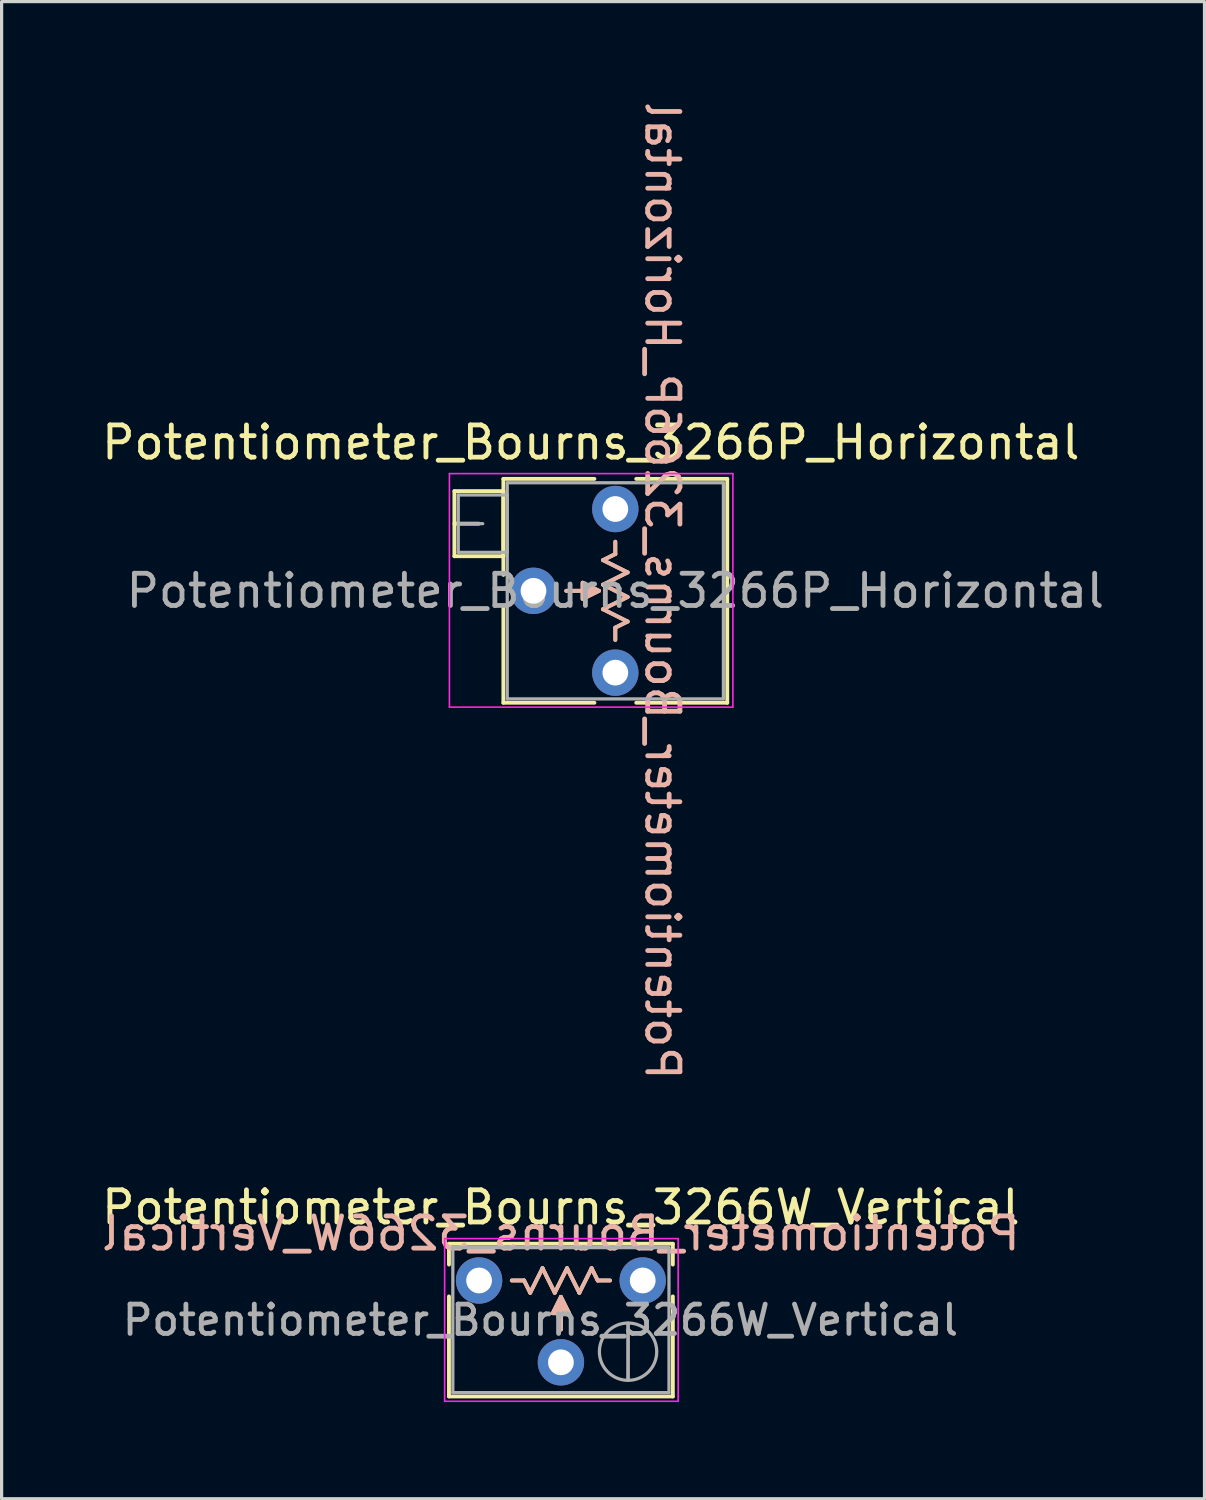
<source format=kicad_pcb>
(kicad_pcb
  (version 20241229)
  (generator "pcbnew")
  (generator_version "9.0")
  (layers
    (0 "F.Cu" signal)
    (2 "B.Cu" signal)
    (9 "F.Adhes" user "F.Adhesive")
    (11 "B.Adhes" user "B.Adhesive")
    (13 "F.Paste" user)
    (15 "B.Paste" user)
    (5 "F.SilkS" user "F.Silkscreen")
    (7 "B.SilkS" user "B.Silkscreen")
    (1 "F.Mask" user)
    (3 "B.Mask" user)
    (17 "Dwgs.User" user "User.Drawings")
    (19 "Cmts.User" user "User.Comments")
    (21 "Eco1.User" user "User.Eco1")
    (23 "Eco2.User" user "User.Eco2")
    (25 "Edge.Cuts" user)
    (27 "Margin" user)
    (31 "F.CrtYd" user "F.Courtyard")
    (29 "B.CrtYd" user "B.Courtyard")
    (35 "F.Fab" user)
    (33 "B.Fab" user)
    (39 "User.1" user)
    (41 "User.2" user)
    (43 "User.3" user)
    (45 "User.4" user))
  (footprint "Potentiometer_Bourns_3266W_Vertical"
    (layer "F.Cu")
    (at 16.903 36.702)
    (property "Reference" "Potentiometer_Bourns_3266W_Vertical" (at -2.54 -2.27 0) (layer "F.SilkS") (effects (font (size 1 1) (thickness 0.15))))
    (attr through_hole)
    (fp_line (start -6.015 -1.14) (end -6.015 -0.495) (stroke (width 0.12) (type solid)) (layer "F.SilkS"))
    (fp_line (start -6.015 -1.14) (end 0.935 -1.14) (stroke (width 0.12) (type solid)) (layer "F.SilkS"))
    (fp_line (start -6.015 0.495) (end -6.015 3.6) (stroke (width 0.12) (type solid)) (layer "F.SilkS"))
    (fp_line (start -6.015 3.6) (end 0.935 3.6) (stroke (width 0.12) (type solid)) (layer "F.SilkS"))
    (fp_line (start -3.683 0) (end -4.064 0) (stroke (width 0.12) (type solid)) (layer "F.SilkS"))
    (fp_line (start -3.683 0) (end -3.493 0.381) (stroke (width 0.12) (type solid)) (layer "F.SilkS"))
    (fp_line (start -3.493 0.381) (end -3.111 -0.381) (stroke (width 0.12) (type solid)) (layer "F.SilkS"))
    (fp_line (start -3.111 -0.381) (end -2.731 0.381) (stroke (width 0.12) (type solid)) (layer "F.SilkS"))
    (fp_line (start -2.731 0.381) (end -2.349 -0.381) (stroke (width 0.12) (type solid)) (layer "F.SilkS"))
    (fp_line (start -2.54 1.524) (end -2.54 0.508) (stroke (width 0.12) (type solid)) (layer "F.SilkS"))
    (fp_line (start -2.349 -0.381) (end -1.968 0.381) (stroke (width 0.12) (type solid)) (layer "F.SilkS"))
    (fp_line (start -1.968 0.381) (end -1.587 -0.381) (stroke (width 0.12) (type solid)) (layer "F.SilkS"))
    (fp_line (start -1.587 -0.381) (end -1.397 0) (stroke (width 0.12) (type solid)) (layer "F.SilkS"))
    (fp_line (start -1.397 0) (end -1.016 0) (stroke (width 0.12) (type solid)) (layer "F.SilkS"))
    (fp_line (start 0.935 -1.14) (end 0.935 -0.495) (stroke (width 0.12) (type solid)) (layer "F.SilkS"))
    (fp_line (start 0.935 0.495) (end 0.935 3.6) (stroke (width 0.12) (type solid)) (layer "F.SilkS"))
    (fp_poly (pts (xy -2.54 0.508) (xy -2.286 1.016) (xy -2.794 1.016)) (stroke (width 0.12) (type solid)) (fill yes) (layer "F.SilkS"))
    (fp_line (start -4.064 0) (end -3.683 0) (stroke (width 0.12) (type solid)) (layer "B.SilkS"))
    (fp_line (start -3.683 0) (end -3.493 0.381) (stroke (width 0.12) (type solid)) (layer "B.SilkS"))
    (fp_line (start -3.493 0.381) (end -3.111 -0.381) (stroke (width 0.12) (type solid)) (layer "B.SilkS"))
    (fp_line (start -3.111 -0.381) (end -2.731 0.381) (stroke (width 0.12) (type solid)) (layer "B.SilkS"))
    (fp_line (start -2.731 0.381) (end -2.349 -0.381) (stroke (width 0.12) (type solid)) (layer "B.SilkS"))
    (fp_line (start -2.54 1.524) (end -2.54 0.508) (stroke (width 0.12) (type solid)) (layer "B.SilkS"))
    (fp_line (start -2.349 -0.381) (end -1.968 0.381) (stroke (width 0.12) (type solid)) (layer "B.SilkS"))
    (fp_line (start -1.968 0.381) (end -1.587 -0.381) (stroke (width 0.12) (type solid)) (layer "B.SilkS"))
    (fp_line (start -1.587 -0.381) (end -1.397 0) (stroke (width 0.12) (type solid)) (layer "B.SilkS"))
    (fp_line (start -1.397 0) (end -1.016 0) (stroke (width 0.12) (type solid)) (layer "B.SilkS"))
    (fp_poly (pts (xy -2.54 0.508) (xy -2.286 1.016) (xy -2.794 1.016)) (stroke (width 0.12) (type solid)) (fill yes) (layer "B.SilkS"))
    (fp_line (start -6.15 -1.3) (end -6.15 3.75) (stroke (width 0.05) (type solid)) (layer "F.CrtYd"))
    (fp_line (start -6.15 3.75) (end 1.1 3.75) (stroke (width 0.05) (type solid)) (layer "F.CrtYd"))
    (fp_line (start 1.1 -1.3) (end -6.15 -1.3) (stroke (width 0.05) (type solid)) (layer "F.CrtYd"))
    (fp_line (start 1.1 3.75) (end 1.1 -1.3) (stroke (width 0.05) (type solid)) (layer "F.CrtYd"))
    (fp_line (start -5.895 -1.02) (end -5.895 3.48) (stroke (width 0.1) (type solid)) (layer "F.Fab"))
    (fp_line (start -5.895 3.48) (end 0.815 3.48) (stroke (width 0.1) (type solid)) (layer "F.Fab"))
    (fp_line (start -0.455 3.092) (end -0.454 1.329) (stroke (width 0.1) (type solid)) (layer "F.Fab"))
    (fp_line (start -0.455 3.092) (end -0.454 1.329) (stroke (width 0.1) (type solid)) (layer "F.Fab"))
    (fp_line (start 0.815 -1.02) (end -5.895 -1.02) (stroke (width 0.1) (type solid)) (layer "F.Fab"))
    (fp_line (start 0.815 3.48) (end 0.815 -1.02) (stroke (width 0.1) (type solid)) (layer "F.Fab"))
    (fp_circle (center -0.455 2.21) (end 0.435 2.21) (stroke (width 0.1) (type solid)) (fill no) (layer "F.Fab"))
    (fp_text user "${REFERENCE}" (at -2.54 -1.46 0) (unlocked yes) (layer "B.SilkS") (effects (font (size 1 1) (thickness 0.15)) (justify mirror)))
    (fp_text user "${REFERENCE}" (at -3.175 1.23 0) (layer "F.Fab") (effects (font (size 0.91 0.91) (thickness 0.15))))
    (pad "1" thru_hole circle (at 0 0) (size 1.44 1.44) (drill 0.8) (layers "*.Cu" "*.Mask"))
    (pad "2" thru_hole circle (at -2.54 2.54) (size 1.44 1.44) (drill 0.8) (layers "*.Cu" "*.Mask"))
    (pad "3" thru_hole circle (at -5.08 0) (size 1.44 1.44) (drill 0.8) (layers "*.Cu" "*.Mask")))
  (footprint "Potentiometer_Bourns_3266P_Horizontal"
    (layer "F.Cu")
    (at 16.052 12.752)
    (property "Reference" "Potentiometer_Bourns_3266P_Horizontal" (at -0.76 -2.065 0) (layer "F.SilkS") (effects (font (size 1 1) (thickness 0.15))))
    (attr through_hole)
    (fp_line (start -4.995 -0.555) (end -4.995 1.465) (stroke (width 0.12) (type solid)) (layer "F.SilkS"))
    (fp_line (start -4.995 -0.555) (end -3.476 -0.555) (stroke (width 0.12) (type solid)) (layer "F.SilkS"))
    (fp_line (start -4.995 0.455) (end -4.236 0.455) (stroke (width 0.12) (type solid)) (layer "F.SilkS"))
    (fp_line (start -4.995 1.465) (end -3.476 1.465) (stroke (width 0.12) (type solid)) (layer "F.SilkS"))
    (fp_line (start -3.476 -0.555) (end -3.476 1.465) (stroke (width 0.12) (type solid)) (layer "F.SilkS"))
    (fp_line (start -3.475 -0.935) (end -3.475 2.045) (stroke (width 0.12) (type solid)) (layer "F.SilkS"))
    (fp_line (start -3.475 -0.935) (end -0.649 -0.935) (stroke (width 0.12) (type solid)) (layer "F.SilkS"))
    (fp_line (start -3.475 3.036) (end -3.475 6.015) (stroke (width 0.12) (type solid)) (layer "F.SilkS"))
    (fp_line (start -3.475 6.015) (end -0.649 6.015) (stroke (width 0.12) (type solid)) (layer "F.SilkS"))
    (fp_line (start -1.524 2.54) (end -0.508 2.54) (stroke (width 0.12) (type solid)) (layer "F.SilkS"))
    (fp_line (start -0.381 1.587) (end 0.381 1.968) (stroke (width 0.12) (type solid)) (layer "F.SilkS"))
    (fp_line (start -0.381 2.349) (end 0.381 2.731) (stroke (width 0.12) (type solid)) (layer "F.SilkS"))
    (fp_line (start -0.381 3.111) (end 0.381 3.493) (stroke (width 0.12) (type solid)) (layer "F.SilkS"))
    (fp_line (start 0 1.397) (end -0.381 1.587) (stroke (width 0.12) (type solid)) (layer "F.SilkS"))
    (fp_line (start 0 1.397) (end 0 1.016) (stroke (width 0.12) (type solid)) (layer "F.SilkS"))
    (fp_line (start 0 3.683) (end 0 4.064) (stroke (width 0.12) (type solid)) (layer "F.SilkS"))
    (fp_line (start 0.381 1.968) (end -0.381 2.349) (stroke (width 0.12) (type solid)) (layer "F.SilkS"))
    (fp_line (start 0.381 2.731) (end -0.381 3.111) (stroke (width 0.12) (type solid)) (layer "F.SilkS"))
    (fp_line (start 0.381 3.493) (end 0 3.683) (stroke (width 0.12) (type solid)) (layer "F.SilkS"))
    (fp_line (start 0.65 -0.935) (end 3.475 -0.935) (stroke (width 0.12) (type solid)) (layer "F.SilkS"))
    (fp_line (start 0.65 6.015) (end 3.475 6.015) (stroke (width 0.12) (type solid)) (layer "F.SilkS"))
    (fp_line (start 3.475 -0.935) (end 3.475 6.015) (stroke (width 0.12) (type solid)) (layer "F.SilkS"))
    (fp_poly (pts (xy -0.508 2.54) (xy -1.016 2.794) (xy -1.016 2.286)) (stroke (width 0.12) (type solid)) (fill yes) (layer "F.SilkS"))
    (fp_line (start -1.524 2.54) (end -0.508 2.54) (stroke (width 0.12) (type solid)) (layer "B.SilkS"))
    (fp_line (start -0.381 1.587) (end 0.381 1.968) (stroke (width 0.12) (type solid)) (layer "B.SilkS"))
    (fp_line (start -0.381 2.349) (end 0.381 2.731) (stroke (width 0.12) (type solid)) (layer "B.SilkS"))
    (fp_line (start -0.381 3.111) (end 0.381 3.493) (stroke (width 0.12) (type solid)) (layer "B.SilkS"))
    (fp_line (start 0 1.016) (end 0 1.397) (stroke (width 0.12) (type solid)) (layer "B.SilkS"))
    (fp_line (start 0 1.397) (end -0.381 1.587) (stroke (width 0.12) (type solid)) (layer "B.SilkS"))
    (fp_line (start 0 3.683) (end 0 4.064) (stroke (width 0.12) (type solid)) (layer "B.SilkS"))
    (fp_line (start 0.381 1.968) (end -0.381 2.349) (stroke (width 0.12) (type solid)) (layer "B.SilkS"))
    (fp_line (start 0.381 2.731) (end -0.381 3.111) (stroke (width 0.12) (type solid)) (layer "B.SilkS"))
    (fp_line (start 0.381 3.493) (end 0 3.683) (stroke (width 0.12) (type solid)) (layer "B.SilkS"))
    (fp_poly (pts (xy -0.508 2.54) (xy -1.016 2.794) (xy -1.016 2.286)) (stroke (width 0.12) (type solid)) (fill yes) (layer "B.SilkS"))
    (fp_line (start -5.15 -1.1) (end -5.15 6.15) (stroke (width 0.05) (type solid)) (layer "F.CrtYd"))
    (fp_line (start -5.15 6.15) (end 3.65 6.15) (stroke (width 0.05) (type solid)) (layer "F.CrtYd"))
    (fp_line (start 3.65 -1.1) (end -5.15 -1.1) (stroke (width 0.05) (type solid)) (layer "F.CrtYd"))
    (fp_line (start 3.65 6.15) (end 3.65 -1.1) (stroke (width 0.05) (type solid)) (layer "F.CrtYd"))
    (fp_line (start -4.875 -0.435) (end -4.875 1.345) (stroke (width 0.1) (type solid)) (layer "F.Fab"))
    (fp_line (start -4.875 0.455) (end -4.115 0.455) (stroke (width 0.1) (type solid)) (layer "F.Fab"))
    (fp_line (start -4.875 1.345) (end -3.355 1.345) (stroke (width 0.1) (type solid)) (layer "F.Fab"))
    (fp_line (start -3.355 -0.815) (end -3.355 5.895) (stroke (width 0.1) (type solid)) (layer "F.Fab"))
    (fp_line (start -3.355 -0.435) (end -4.875 -0.435) (stroke (width 0.1) (type solid)) (layer "F.Fab"))
    (fp_line (start -3.355 1.345) (end -3.355 -0.435) (stroke (width 0.1) (type solid)) (layer "F.Fab"))
    (fp_line (start -3.355 5.895) (end 3.355 5.895) (stroke (width 0.1) (type solid)) (layer "F.Fab"))
    (fp_line (start 3.355 -0.815) (end -3.355 -0.815) (stroke (width 0.1) (type solid)) (layer "F.Fab"))
    (fp_line (start 3.355 5.895) (end 3.355 -0.815) (stroke (width 0.1) (type solid)) (layer "F.Fab"))
    (fp_text user "${REFERENCE}" (at 1.46 2.54 270) (unlocked yes) (layer "B.SilkS") (effects (font (size 1 1) (thickness 0.15)) (justify mirror)))
    (fp_text user "${REFERENCE}" (at 0 2.54 0) (layer "F.Fab") (effects (font (size 1 1) (thickness 0.15))))
    (pad "1" thru_hole circle (at 0 0) (size 1.44 1.44) (drill 0.8) (layers "*.Cu" "*.Mask"))
    (pad "2" thru_hole circle (at -2.54 2.54) (size 1.44 1.44) (drill 0.8) (layers "*.Cu" "*.Mask"))
    (pad "3" thru_hole circle (at 0 5.08) (size 1.44 1.44) (drill 0.8) (layers "*.Cu" "*.Mask")))
  (gr_rect
    (start -3 -3)
    (end 34.343 43.477)
    (stroke (width 0.1) (type default))
    (fill no)
    (layer "Edge.Cuts")))
</source>
